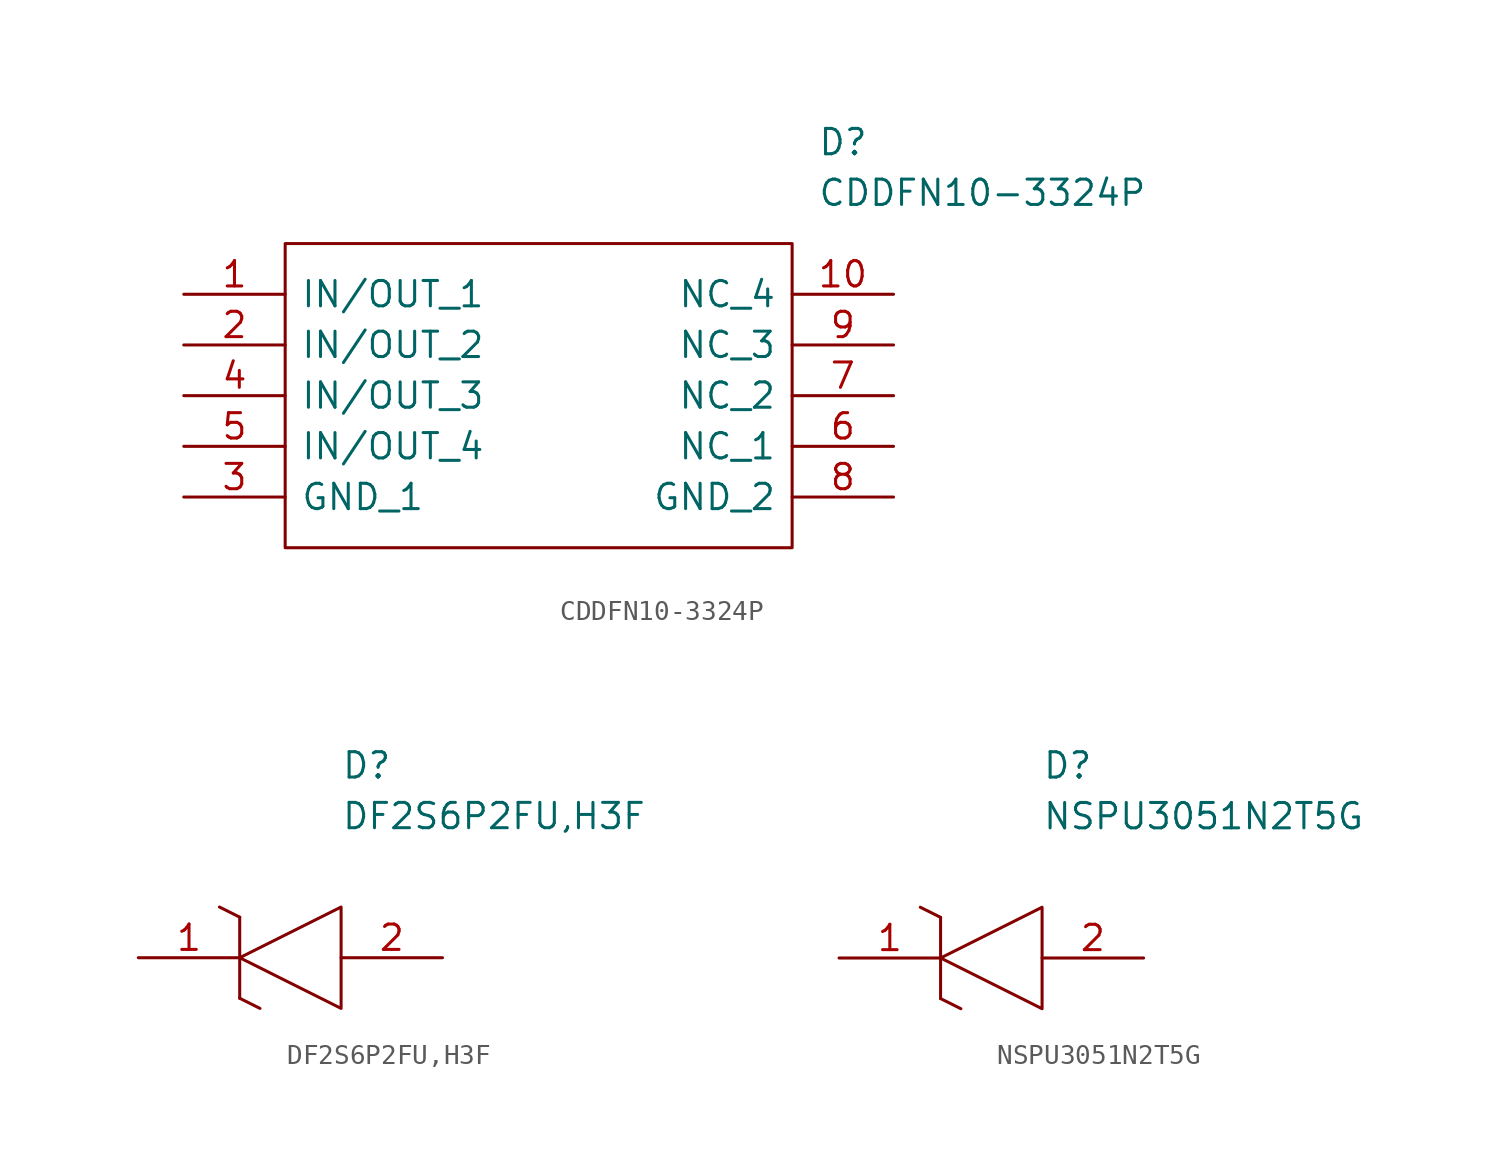
<source format=kicad_sym>
(kicad_symbol_lib
  (version 20211014)
  (generator kicad_symbol_editor)
  (symbol "CDDFN10-3324P"
    (pin_names
      (offset 0.762))
    (property "Reference" "D"
      (at 31.75 7.62 0)
      (effects (font (size 1.27 1.27)) (justify left)))
    (property "Value" "CDDFN10-3324P"
      (at 31.75 5.08 0)
      (effects (font (size 1.27 1.27)) (justify left)))
    (symbol "CDDFN10-3324P_0_0"
      (pin passive line (at 0 0 0) (length 5.08) (name "IN/OUT_1" (effects (font (size 1.27 1.27)))) (number "1" (effects (font (size 1.27 1.27)))))
      (pin passive line (at 35.56 0 180) (length 5.08) (name "NC_4" (effects (font (size 1.27 1.27)))) (number "10" (effects (font (size 1.27 1.27)))))
      (pin passive line (at 0 -2.54 0) (length 5.08) (name "IN/OUT_2" (effects (font (size 1.27 1.27)))) (number "2" (effects (font (size 1.27 1.27)))))
      (pin passive line (at 0 -10.16 0) (length 5.08) (name "GND_1" (effects (font (size 1.27 1.27)))) (number "3" (effects (font (size 1.27 1.27)))))
      (pin passive line (at 0 -5.08 0) (length 5.08) (name "IN/OUT_3" (effects (font (size 1.27 1.27)))) (number "4" (effects (font (size 1.27 1.27)))))
      (pin passive line (at 0 -7.62 0) (length 5.08) (name "IN/OUT_4" (effects (font (size 1.27 1.27)))) (number "5" (effects (font (size 1.27 1.27)))))
      (pin passive line (at 35.56 -7.62 180) (length 5.08) (name "NC_1" (effects (font (size 1.27 1.27)))) (number "6" (effects (font (size 1.27 1.27)))))
      (pin passive line (at 35.56 -5.08 180) (length 5.08) (name "NC_2" (effects (font (size 1.27 1.27)))) (number "7" (effects (font (size 1.27 1.27)))))
      (pin passive line (at 35.56 -10.16 180) (length 5.08) (name "GND_2" (effects (font (size 1.27 1.27)))) (number "8" (effects (font (size 1.27 1.27)))))
      (pin passive line (at 35.56 -2.54 180) (length 5.08) (name "NC_3" (effects (font (size 1.27 1.27)))) (number "9" (effects (font (size 1.27 1.27))))))
    (symbol "CDDFN10-3324P_0_1"
      (polyline (pts (xy 5.08 2.54) (xy 30.48 2.54) (xy 30.48 -12.7) (xy 5.08 -12.7) (xy 5.08 2.54)) (stroke (width 0.152) (type default) (color 0 0 0 0)) (fill (type none)))))
  (symbol "DF2S6P2FU,H3F"
    (pin_names
      (offset 0.762))
    (property "Reference" "D"
      (at 10.16 8.89 0)
      (effects (font (size 1.27 1.27)) (justify left bottom)))
    (property "Value" "DF2S6P2FU,H3F"
      (at 10.16 6.35 0)
      (effects (font (size 1.27 1.27)) (justify left bottom)))
    (symbol "DF2S6P2FU,H3F_0_0"
      (pin passive line (at 0 0 0) (length 5.08) (name "~" (effects (font (size 1.27 1.27)))) (number "1" (effects (font (size 1.27 1.27)))))
      (pin passive line (at 15.24 0 180) (length 5.08) (name "~" (effects (font (size 1.27 1.27)))) (number "2" (effects (font (size 1.27 1.27))))))
    (symbol "DF2S6P2FU,H3F_0_1"
      (polyline (pts (xy 4.064 2.54) (xy 5.08 2.032)) (stroke (width 0.152) (type default) (color 0 0 0 0)) (fill (type none)))
      (polyline (pts (xy 5.08 -2.032) (xy 5.08 2.032)) (stroke (width 0.152) (type default) (color 0 0 0 0)) (fill (type none)))
      (polyline (pts (xy 5.08 -2.032) (xy 6.096 -2.54)) (stroke (width 0.152) (type default) (color 0 0 0 0)) (fill (type none)))
      (polyline (pts (xy 5.08 0) (xy 10.16 2.54) (xy 10.16 -2.54) (xy 5.08 0)) (stroke (width 0.152) (type default) (color 0 0 0 0)) (fill (type none)))))
  (symbol "NSPU3051N2T5G"
    (pin_names
      (offset 0.762))
    (property "Reference" "D"
      (at 10.16 8.89 0)
      (effects (font (size 1.27 1.27)) (justify left bottom)))
    (property "Value" "NSPU3051N2T5G"
      (at 10.16 6.35 0)
      (effects (font (size 1.27 1.27)) (justify left bottom)))
    (symbol "NSPU3051N2T5G_0_0"
      (pin passive line (at 0 0 0) (length 5.08) (name "~" (effects (font (size 1.27 1.27)))) (number "1" (effects (font (size 1.27 1.27)))))
      (pin passive line (at 15.24 0 180) (length 5.08) (name "~" (effects (font (size 1.27 1.27)))) (number "2" (effects (font (size 1.27 1.27))))))
    (symbol "NSPU3051N2T5G_0_1"
      (polyline (pts (xy 4.064 2.54) (xy 5.08 2.032)) (stroke (width 0.152) (type default) (color 0 0 0 0)) (fill (type none)))
      (polyline (pts (xy 5.08 -2.032) (xy 5.08 2.032)) (stroke (width 0.152) (type default) (color 0 0 0 0)) (fill (type none)))
      (polyline (pts (xy 5.08 -2.032) (xy 6.096 -2.54)) (stroke (width 0.152) (type default) (color 0 0 0 0)) (fill (type none)))
      (polyline (pts (xy 5.08 0) (xy 10.16 2.54) (xy 10.16 -2.54) (xy 5.08 0)) (stroke (width 0.152) (type default) (color 0 0 0 0)) (fill (type none))))))
</source>
